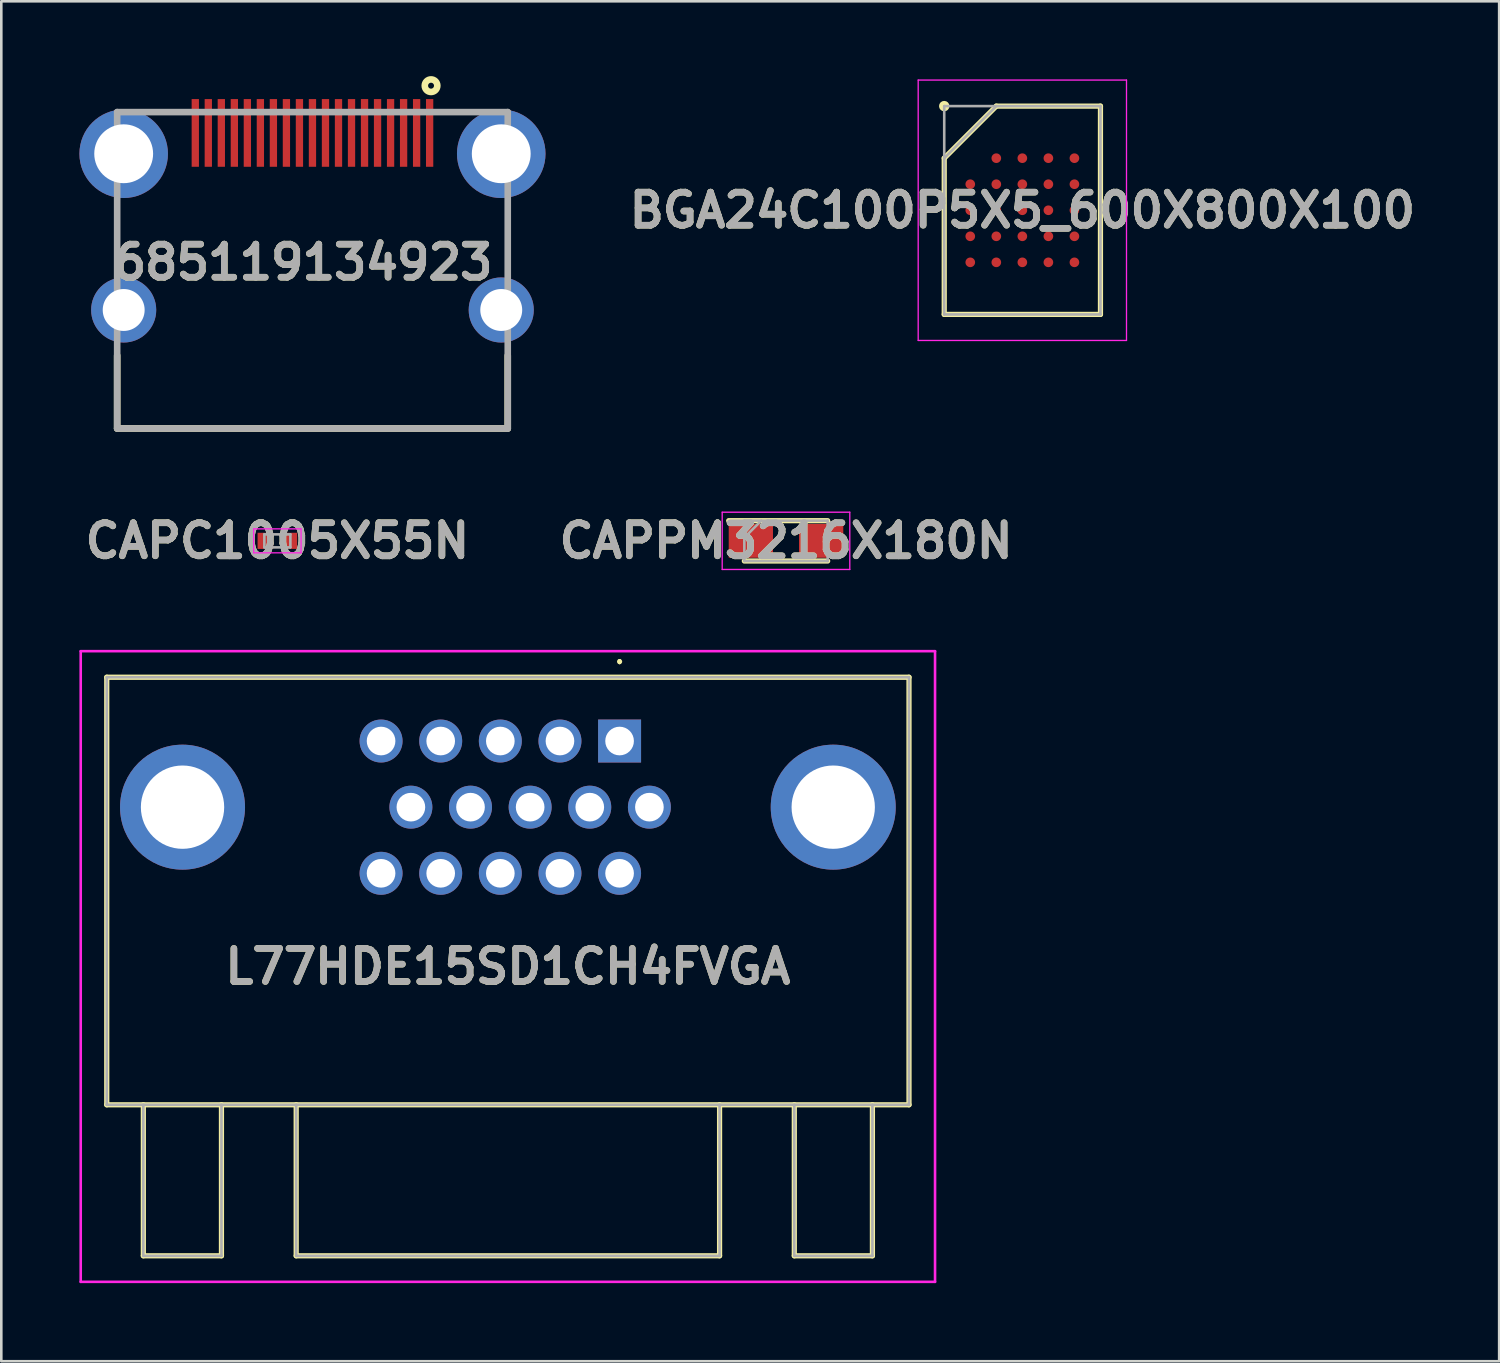
<source format=kicad_pcb>
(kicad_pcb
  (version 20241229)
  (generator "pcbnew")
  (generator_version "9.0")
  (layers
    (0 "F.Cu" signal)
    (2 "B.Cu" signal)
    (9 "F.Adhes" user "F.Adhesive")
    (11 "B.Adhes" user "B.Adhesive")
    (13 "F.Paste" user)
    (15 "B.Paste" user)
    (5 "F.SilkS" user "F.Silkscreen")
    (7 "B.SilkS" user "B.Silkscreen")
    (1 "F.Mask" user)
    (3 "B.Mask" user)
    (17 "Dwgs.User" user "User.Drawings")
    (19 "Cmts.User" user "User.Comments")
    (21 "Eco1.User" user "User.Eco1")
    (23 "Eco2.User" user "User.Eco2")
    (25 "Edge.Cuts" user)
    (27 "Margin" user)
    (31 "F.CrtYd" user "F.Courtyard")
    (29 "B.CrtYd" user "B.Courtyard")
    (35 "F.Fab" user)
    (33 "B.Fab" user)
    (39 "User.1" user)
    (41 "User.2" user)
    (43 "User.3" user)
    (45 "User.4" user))
  (footprint "685119134923"
    (layer "F.Cu")
    (at 8.95 1.255)
    (property "Reference" "685119134923" (at -0.362 5.767 0) (layer "F.SilkS") (effects (font (size 1.27 1.27) (thickness 0.254))))
    (attr through_hole)
    (fp_line (start -7.5 12.15) (end -7.5 9.348) (stroke (width 0.254) (type solid)) (layer "F.SilkS"))
    (fp_line (start -7.5 12.15) (end 7.5 12.15) (stroke (width 0.254) (type solid)) (layer "F.SilkS"))
    (fp_line (start 7.5 12.15) (end 7.5 9.348) (stroke (width 0.254) (type solid)) (layer "F.SilkS"))
    (fp_circle (center 4.554 -1.014) (end 4.554 -0.9) (stroke (width 0.254) (type solid)) (fill no) (layer "F.SilkS"))
    (fp_line (start -7.5 0) (end 7.5 0) (stroke (width 0.254) (type solid)) (layer "F.Fab"))
    (fp_line (start -7.5 12.15) (end -7.5 0) (stroke (width 0.254) (type solid)) (layer "F.Fab"))
    (fp_line (start 7.5 0) (end 7.5 12.15) (stroke (width 0.254) (type solid)) (layer "F.Fab"))
    (fp_line (start 7.5 12.15) (end -7.5 12.15) (stroke (width 0.254) (type solid)) (layer "F.Fab"))
    (fp_text user "${REFERENCE}" (at -0.362 5.767 0) (layer "F.Fab") (effects (font (size 1.27 1.27) (thickness 0.254))))
    (pad "1" smd rect (at 4.5 0.8) (size 0.28 2.6) (layers "F.Cu" "F.Mask" "F.Paste"))
    (pad "2" smd rect (at 4 0.8) (size 0.28 2.6) (layers "F.Cu" "F.Mask" "F.Paste"))
    (pad "3" smd rect (at 3.5 0.8) (size 0.28 2.6) (layers "F.Cu" "F.Mask" "F.Paste"))
    (pad "4" smd rect (at 3 0.8) (size 0.28 2.6) (layers "F.Cu" "F.Mask" "F.Paste"))
    (pad "5" smd rect (at 2.5 0.8) (size 0.28 2.6) (layers "F.Cu" "F.Mask" "F.Paste"))
    (pad "6" smd rect (at 2 0.8) (size 0.28 2.6) (layers "F.Cu" "F.Mask" "F.Paste"))
    (pad "7" smd rect (at 1.5 0.8) (size 0.28 2.6) (layers "F.Cu" "F.Mask" "F.Paste"))
    (pad "8" smd rect (at 1 0.8) (size 0.28 2.6) (layers "F.Cu" "F.Mask" "F.Paste"))
    (pad "9" smd rect (at 0.5 0.8) (size 0.28 2.6) (layers "F.Cu" "F.Mask" "F.Paste"))
    (pad "10" smd rect (at 0 0.8) (size 0.28 2.6) (layers "F.Cu" "F.Mask" "F.Paste"))
    (pad "11" smd rect (at -0.5 0.8) (size 0.28 2.6) (layers "F.Cu" "F.Mask" "F.Paste"))
    (pad "12" smd rect (at -1 0.8) (size 0.28 2.6) (layers "F.Cu" "F.Mask" "F.Paste"))
    (pad "13" smd rect (at -1.5 0.8) (size 0.28 2.6) (layers "F.Cu" "F.Mask" "F.Paste"))
    (pad "14" smd rect (at -2 0.8) (size 0.28 2.6) (layers "F.Cu" "F.Mask" "F.Paste"))
    (pad "15" smd rect (at -2.5 0.8) (size 0.28 2.6) (layers "F.Cu" "F.Mask" "F.Paste"))
    (pad "16" smd rect (at -3 0.8) (size 0.28 2.6) (layers "F.Cu" "F.Mask" "F.Paste"))
    (pad "17" smd rect (at -3.5 0.8) (size 0.28 2.6) (layers "F.Cu" "F.Mask" "F.Paste"))
    (pad "18" smd rect (at -4 0.8) (size 0.28 2.6) (layers "F.Cu" "F.Mask" "F.Paste"))
    (pad "19" smd rect (at -4.5 0.8) (size 0.28 2.6) (layers "F.Cu" "F.Mask" "F.Paste"))
    (pad "20" thru_hole circle (at -7.25 1.6) (size 3.4 3.4) (drill 2.26) (layers "*.Cu" "*.Mask"))
    (pad "21" thru_hole circle (at 7.25 1.6) (size 3.4 3.4) (drill 2.26) (layers "*.Cu" "*.Mask"))
    (pad "22" thru_hole circle (at -7.25 7.6) (size 2.5 2.5) (drill 1.61) (layers "*.Cu" "*.Mask"))
    (pad "23" thru_hole circle (at 7.25 7.6) (size 2.5 2.5) (drill 1.61) (layers "*.Cu" "*.Mask")))
  (footprint "CAPC1005X55N"
    (layer "F.Cu")
    (at 7.602 17.721)
    (property "Reference" "CAPC1005X55N" (at 0 0 0) (layer "F.SilkS") (effects (font (size 1.27 1.27) (thickness 0.254))))
    (attr smd)
    (fp_line (start -0.91 -0.46) (end 0.91 -0.46) (stroke (width 0.05) (type solid)) (layer "F.CrtYd"))
    (fp_line (start -0.91 0.46) (end -0.91 -0.46) (stroke (width 0.05) (type solid)) (layer "F.CrtYd"))
    (fp_line (start 0.91 -0.46) (end 0.91 0.46) (stroke (width 0.05) (type solid)) (layer "F.CrtYd"))
    (fp_line (start 0.91 0.46) (end -0.91 0.46) (stroke (width 0.05) (type solid)) (layer "F.CrtYd"))
    (fp_line (start -0.5 -0.25) (end 0.5 -0.25) (stroke (width 0.1) (type solid)) (layer "F.Fab"))
    (fp_line (start -0.5 0.25) (end -0.5 -0.25) (stroke (width 0.1) (type solid)) (layer "F.Fab"))
    (fp_line (start 0.5 -0.25) (end 0.5 0.25) (stroke (width 0.1) (type solid)) (layer "F.Fab"))
    (fp_line (start 0.5 0.25) (end -0.5 0.25) (stroke (width 0.1) (type solid)) (layer "F.Fab"))
    (fp_text user "${REFERENCE}" (at 0 0 0) (layer "F.Fab") (effects (font (size 1.27 1.27) (thickness 0.254))))
    (pad "1" smd rect (at -0.46 0) (size 0.6 0.62) (layers "F.Cu" "F.Mask" "F.Paste"))
    (pad "2" smd rect (at 0.46 0) (size 0.6 0.62) (layers "F.Cu" "F.Mask" "F.Paste")))
  (footprint "BGA24C100P5X5_600X800X100"
    (layer "F.Cu")
    (at 36.213 5.025)
    (property "Reference" "BGA24C100P5X5_600X800X100" (at 0 0 0) (layer "F.SilkS") (effects (font (size 1.27 1.27) (thickness 0.254))))
    (attr smd)
    (fp_line (start -3 -2) (end -1 -4) (stroke (width 0.2) (type solid)) (layer "F.SilkS"))
    (fp_line (start -3 4) (end -3 -2) (stroke (width 0.2) (type solid)) (layer "F.SilkS"))
    (fp_line (start -1 -4) (end 3 -4) (stroke (width 0.2) (type solid)) (layer "F.SilkS"))
    (fp_line (start 3 -4) (end 3 4) (stroke (width 0.2) (type solid)) (layer "F.SilkS"))
    (fp_line (start 3 4) (end -3 4) (stroke (width 0.2) (type solid)) (layer "F.SilkS"))
    (fp_circle (center -3 -4) (end -3 -3.9) (stroke (width 0.2) (type solid)) (fill no) (layer "F.SilkS"))
    (fp_line (start -4 -5) (end 4 -5) (stroke (width 0.05) (type solid)) (layer "F.CrtYd"))
    (fp_line (start -4 5) (end -4 -5) (stroke (width 0.05) (type solid)) (layer "F.CrtYd"))
    (fp_line (start 4 -5) (end 4 5) (stroke (width 0.05) (type solid)) (layer "F.CrtYd"))
    (fp_line (start 4 5) (end -4 5) (stroke (width 0.05) (type solid)) (layer "F.CrtYd"))
    (fp_line (start -3 -4) (end 3 -4) (stroke (width 0.1) (type solid)) (layer "F.Fab"))
    (fp_line (start -3 -2) (end -1 -4) (stroke (width 0.1) (type solid)) (layer "F.Fab"))
    (fp_line (start -3 4) (end -3 -4) (stroke (width 0.1) (type solid)) (layer "F.Fab"))
    (fp_line (start 3 -4) (end 3 4) (stroke (width 0.1) (type solid)) (layer "F.Fab"))
    (fp_line (start 3 4) (end -3 4) (stroke (width 0.1) (type solid)) (layer "F.Fab"))
    (fp_text user "${REFERENCE}" (at 0 0 0) (layer "F.Fab") (effects (font (size 1.27 1.27) (thickness 0.254))))
    (pad "A2" smd circle (at -1 -2 90) (size 0.37 0.37) (layers "F.Cu" "F.Mask" "F.Paste"))
    (pad "A3" smd circle (at 0 -2 90) (size 0.37 0.37) (layers "F.Cu" "F.Mask" "F.Paste"))
    (pad "A4" smd circle (at 1 -2 90) (size 0.37 0.37) (layers "F.Cu" "F.Mask" "F.Paste"))
    (pad "A5" smd circle (at 2 -2 90) (size 0.37 0.37) (layers "F.Cu" "F.Mask" "F.Paste"))
    (pad "B1" smd circle (at -2 -1 90) (size 0.37 0.37) (layers "F.Cu" "F.Mask" "F.Paste"))
    (pad "B2" smd circle (at -1 -1 90) (size 0.37 0.37) (layers "F.Cu" "F.Mask" "F.Paste"))
    (pad "B3" smd circle (at 0 -1 90) (size 0.37 0.37) (layers "F.Cu" "F.Mask" "F.Paste"))
    (pad "B4" smd circle (at 1 -1 90) (size 0.37 0.37) (layers "F.Cu" "F.Mask" "F.Paste"))
    (pad "B5" smd circle (at 2 -1 90) (size 0.37 0.37) (layers "F.Cu" "F.Mask" "F.Paste"))
    (pad "C1" smd circle (at -2 0 90) (size 0.37 0.37) (layers "F.Cu" "F.Mask" "F.Paste"))
    (pad "C2" smd circle (at -1 0 90) (size 0.37 0.37) (layers "F.Cu" "F.Mask" "F.Paste"))
    (pad "C3" smd circle (at 0 0 90) (size 0.37 0.37) (layers "F.Cu" "F.Mask" "F.Paste"))
    (pad "C4" smd circle (at 1 0 90) (size 0.37 0.37) (layers "F.Cu" "F.Mask" "F.Paste"))
    (pad "C5" smd circle (at 2 0 90) (size 0.37 0.37) (layers "F.Cu" "F.Mask" "F.Paste"))
    (pad "D1" smd circle (at -2 1 90) (size 0.37 0.37) (layers "F.Cu" "F.Mask" "F.Paste"))
    (pad "D2" smd circle (at -1 1 90) (size 0.37 0.37) (layers "F.Cu" "F.Mask" "F.Paste"))
    (pad "D3" smd circle (at 0 1 90) (size 0.37 0.37) (layers "F.Cu" "F.Mask" "F.Paste"))
    (pad "D4" smd circle (at 1 1 90) (size 0.37 0.37) (layers "F.Cu" "F.Mask" "F.Paste"))
    (pad "D5" smd circle (at 2 1 90) (size 0.37 0.37) (layers "F.Cu" "F.Mask" "F.Paste"))
    (pad "E1" smd circle (at -2 2 90) (size 0.37 0.37) (layers "F.Cu" "F.Mask" "F.Paste"))
    (pad "E2" smd circle (at -1 2 90) (size 0.37 0.37) (layers "F.Cu" "F.Mask" "F.Paste"))
    (pad "E3" smd circle (at 0 2 90) (size 0.37 0.37) (layers "F.Cu" "F.Mask" "F.Paste"))
    (pad "E4" smd circle (at 1 2 90) (size 0.37 0.37) (layers "F.Cu" "F.Mask" "F.Paste"))
    (pad "E5" smd circle (at 2 2 90) (size 0.37 0.37) (layers "F.Cu" "F.Mask" "F.Paste")))
  (footprint "L77HDE15SD1CH4FVGA"
    (layer "F.Cu")
    (at 20.745 25.409)
    (property "Reference" "L77HDE15SD1CH4FVGA" (at -4.29 8.66 0) (layer "F.SilkS") (effects (font (size 1.27 1.27) (thickness 0.254))))
    (attr through_hole)
    (fp_line (start -19.695 -2.45) (end 11.115 -2.45) (stroke (width 0.2) (type solid)) (layer "F.SilkS"))
    (fp_line (start -19.695 13.97) (end -19.695 -2.45) (stroke (width 0.2) (type solid)) (layer "F.SilkS"))
    (fp_line (start -18.29 13.97) (end -18.29 19.77) (stroke (width 0.2) (type solid)) (layer "F.SilkS"))
    (fp_line (start -18.29 19.77) (end -15.29 19.77) (stroke (width 0.2) (type solid)) (layer "F.SilkS"))
    (fp_line (start -15.29 19.77) (end -15.29 13.97) (stroke (width 0.2) (type solid)) (layer "F.SilkS"))
    (fp_line (start -12.42 13.97) (end -12.42 19.77) (stroke (width 0.2) (type solid)) (layer "F.SilkS"))
    (fp_line (start -12.42 19.77) (end 3.84 19.77) (stroke (width 0.2) (type solid)) (layer "F.SilkS"))
    (fp_line (start 0 -3.1) (end 0 -3.1) (stroke (width 0.1) (type solid)) (layer "F.SilkS"))
    (fp_line (start 0 -3) (end 0 -3) (stroke (width 0.1) (type solid)) (layer "F.SilkS"))
    (fp_line (start 3.84 19.77) (end 3.84 13.97) (stroke (width 0.2) (type solid)) (layer "F.SilkS"))
    (fp_line (start 6.71 13.97) (end 6.71 19.77) (stroke (width 0.2) (type solid)) (layer "F.SilkS"))
    (fp_line (start 6.71 19.77) (end 9.71 19.77) (stroke (width 0.2) (type solid)) (layer "F.SilkS"))
    (fp_line (start 9.71 19.77) (end 9.71 13.97) (stroke (width 0.2) (type solid)) (layer "F.SilkS"))
    (fp_line (start 11.115 -2.45) (end 11.115 13.97) (stroke (width 0.2) (type solid)) (layer "F.SilkS"))
    (fp_line (start 11.115 13.97) (end -19.695 13.97) (stroke (width 0.2) (type solid)) (layer "F.SilkS"))
    (fp_arc (start 0 -3.1) (mid 0.05 -3.05) (end 0 -3) (stroke (width 0.1) (type solid)) (layer "F.SilkS"))
    (fp_arc (start 0 -3) (mid -0.05 -3.05) (end 0 -3.1) (stroke (width 0.1) (type solid)) (layer "F.SilkS"))
    (fp_line (start -20.695 -3.45) (end 12.115 -3.45) (stroke (width 0.1) (type solid)) (layer "F.CrtYd"))
    (fp_line (start -20.695 20.77) (end -20.695 -3.45) (stroke (width 0.1) (type solid)) (layer "F.CrtYd"))
    (fp_line (start 12.115 -3.45) (end 12.115 20.77) (stroke (width 0.1) (type solid)) (layer "F.CrtYd"))
    (fp_line (start 12.115 20.77) (end -20.695 20.77) (stroke (width 0.1) (type solid)) (layer "F.CrtYd"))
    (fp_line (start -19.695 -2.45) (end 11.115 -2.45) (stroke (width 0.1) (type solid)) (layer "F.Fab"))
    (fp_line (start -19.695 13.97) (end -19.695 -2.45) (stroke (width 0.1) (type solid)) (layer "F.Fab"))
    (fp_line (start -18.29 13.97) (end -18.29 19.77) (stroke (width 0.1) (type solid)) (layer "F.Fab"))
    (fp_line (start -18.29 19.77) (end -15.29 19.77) (stroke (width 0.1) (type solid)) (layer "F.Fab"))
    (fp_line (start -15.29 19.77) (end -15.29 13.97) (stroke (width 0.1) (type solid)) (layer "F.Fab"))
    (fp_line (start -12.42 13.97) (end -12.42 19.77) (stroke (width 0.1) (type solid)) (layer "F.Fab"))
    (fp_line (start -12.42 19.77) (end 3.84 19.77) (stroke (width 0.1) (type solid)) (layer "F.Fab"))
    (fp_line (start 3.84 19.77) (end 3.84 13.97) (stroke (width 0.1) (type solid)) (layer "F.Fab"))
    (fp_line (start 6.71 13.97) (end 6.71 19.77) (stroke (width 0.1) (type solid)) (layer "F.Fab"))
    (fp_line (start 6.71 19.77) (end 9.71 19.77) (stroke (width 0.1) (type solid)) (layer "F.Fab"))
    (fp_line (start 9.71 19.77) (end 9.71 13.97) (stroke (width 0.1) (type solid)) (layer "F.Fab"))
    (fp_line (start 11.115 -2.45) (end 11.115 13.97) (stroke (width 0.1) (type solid)) (layer "F.Fab"))
    (fp_line (start 11.115 13.97) (end -19.695 13.97) (stroke (width 0.1) (type solid)) (layer "F.Fab"))
    (fp_text user "${REFERENCE}" (at -4.29 8.66 0) (layer "F.Fab") (effects (font (size 1.27 1.27) (thickness 0.254))))
    (pad "1" thru_hole rect (at 0 0) (size 1.65 1.65) (drill 1.1) (layers "*.Cu" "*.Mask"))
    (pad "2" thru_hole circle (at -2.29 0) (size 1.65 1.65) (drill 1.1) (layers "*.Cu" "*.Mask"))
    (pad "3" thru_hole circle (at -4.58 0) (size 1.65 1.65) (drill 1.1) (layers "*.Cu" "*.Mask"))
    (pad "4" thru_hole circle (at -6.87 0) (size 1.65 1.65) (drill 1.1) (layers "*.Cu" "*.Mask"))
    (pad "5" thru_hole circle (at -9.16 0) (size 1.65 1.65) (drill 1.1) (layers "*.Cu" "*.Mask"))
    (pad "6" thru_hole circle (at 1.145 2.54) (size 1.65 1.65) (drill 1.1) (layers "*.Cu" "*.Mask"))
    (pad "7" thru_hole circle (at -1.145 2.54) (size 1.65 1.65) (drill 1.1) (layers "*.Cu" "*.Mask"))
    (pad "8" thru_hole circle (at -3.435 2.54) (size 1.65 1.65) (drill 1.1) (layers "*.Cu" "*.Mask"))
    (pad "9" thru_hole circle (at -5.725 2.54) (size 1.65 1.65) (drill 1.1) (layers "*.Cu" "*.Mask"))
    (pad "10" thru_hole circle (at -8.015 2.54) (size 1.65 1.65) (drill 1.1) (layers "*.Cu" "*.Mask"))
    (pad "11" thru_hole circle (at 0 5.08) (size 1.65 1.65) (drill 1.1) (layers "*.Cu" "*.Mask"))
    (pad "12" thru_hole circle (at -2.29 5.08) (size 1.65 1.65) (drill 1.1) (layers "*.Cu" "*.Mask"))
    (pad "13" thru_hole circle (at -4.58 5.08) (size 1.65 1.65) (drill 1.1) (layers "*.Cu" "*.Mask"))
    (pad "14" thru_hole circle (at -6.87 5.08) (size 1.65 1.65) (drill 1.1) (layers "*.Cu" "*.Mask"))
    (pad "15" thru_hole circle (at -9.16 5.08) (size 1.65 1.65) (drill 1.1) (layers "*.Cu" "*.Mask"))
    (pad "MH1" thru_hole circle (at 8.205 2.54) (size 4.8 4.8) (drill 3.2) (layers "*.Cu" "*.Mask"))
    (pad "MH2" thru_hole circle (at -16.785 2.54) (size 4.8 4.8) (drill 3.2) (layers "*.Cu" "*.Mask")))
  (footprint "CAPPM3216X180N"
    (layer "F.Cu")
    (at 27.136 17.721)
    (property "Reference" "CAPPM3216X180N" (at 0 0 0) (layer "F.SilkS") (effects (font (size 1.27 1.27) (thickness 0.254))))
    (attr smd)
    (fp_line (start -1.6 0.775) (end 1.6 0.775) (stroke (width 0.2) (type solid)) (layer "F.SilkS"))
    (fp_line (start 1.6 -0.775) (end -2.2 -0.775) (stroke (width 0.2) (type solid)) (layer "F.SilkS"))
    (fp_line (start -2.45 -1.1) (end 2.45 -1.1) (stroke (width 0.05) (type solid)) (layer "F.CrtYd"))
    (fp_line (start -2.45 1.1) (end -2.45 -1.1) (stroke (width 0.05) (type solid)) (layer "F.CrtYd"))
    (fp_line (start 2.45 -1.1) (end 2.45 1.1) (stroke (width 0.05) (type solid)) (layer "F.CrtYd"))
    (fp_line (start 2.45 1.1) (end -2.45 1.1) (stroke (width 0.05) (type solid)) (layer "F.CrtYd"))
    (fp_line (start -1.6 -0.775) (end 1.6 -0.775) (stroke (width 0.1) (type solid)) (layer "F.Fab"))
    (fp_line (start -1.6 -0.125) (end -0.95 -0.775) (stroke (width 0.1) (type solid)) (layer "F.Fab"))
    (fp_line (start -1.6 0.775) (end -1.6 -0.775) (stroke (width 0.1) (type solid)) (layer "F.Fab"))
    (fp_line (start 1.6 -0.775) (end 1.6 0.775) (stroke (width 0.1) (type solid)) (layer "F.Fab"))
    (fp_line (start 1.6 0.775) (end -1.6 0.775) (stroke (width 0.1) (type solid)) (layer "F.Fab"))
    (fp_text user "${REFERENCE}" (at 0 0 0) (layer "F.Fab") (effects (font (size 1.27 1.27) (thickness 0.254))))
    (pad "1" smd rect (at -1.35 0 90) (size 1.3 1.7) (layers "F.Cu" "F.Mask" "F.Paste"))
    (pad "2" smd rect (at 1.35 0 90) (size 1.3 1.7) (layers "F.Cu" "F.Mask" "F.Paste")))
  (gr_rect
    (start -3 -3)
    (end 54.525 49.229)
    (stroke (width 0.1) (type default))
    (fill no)
    (layer "Edge.Cuts")))
</source>
